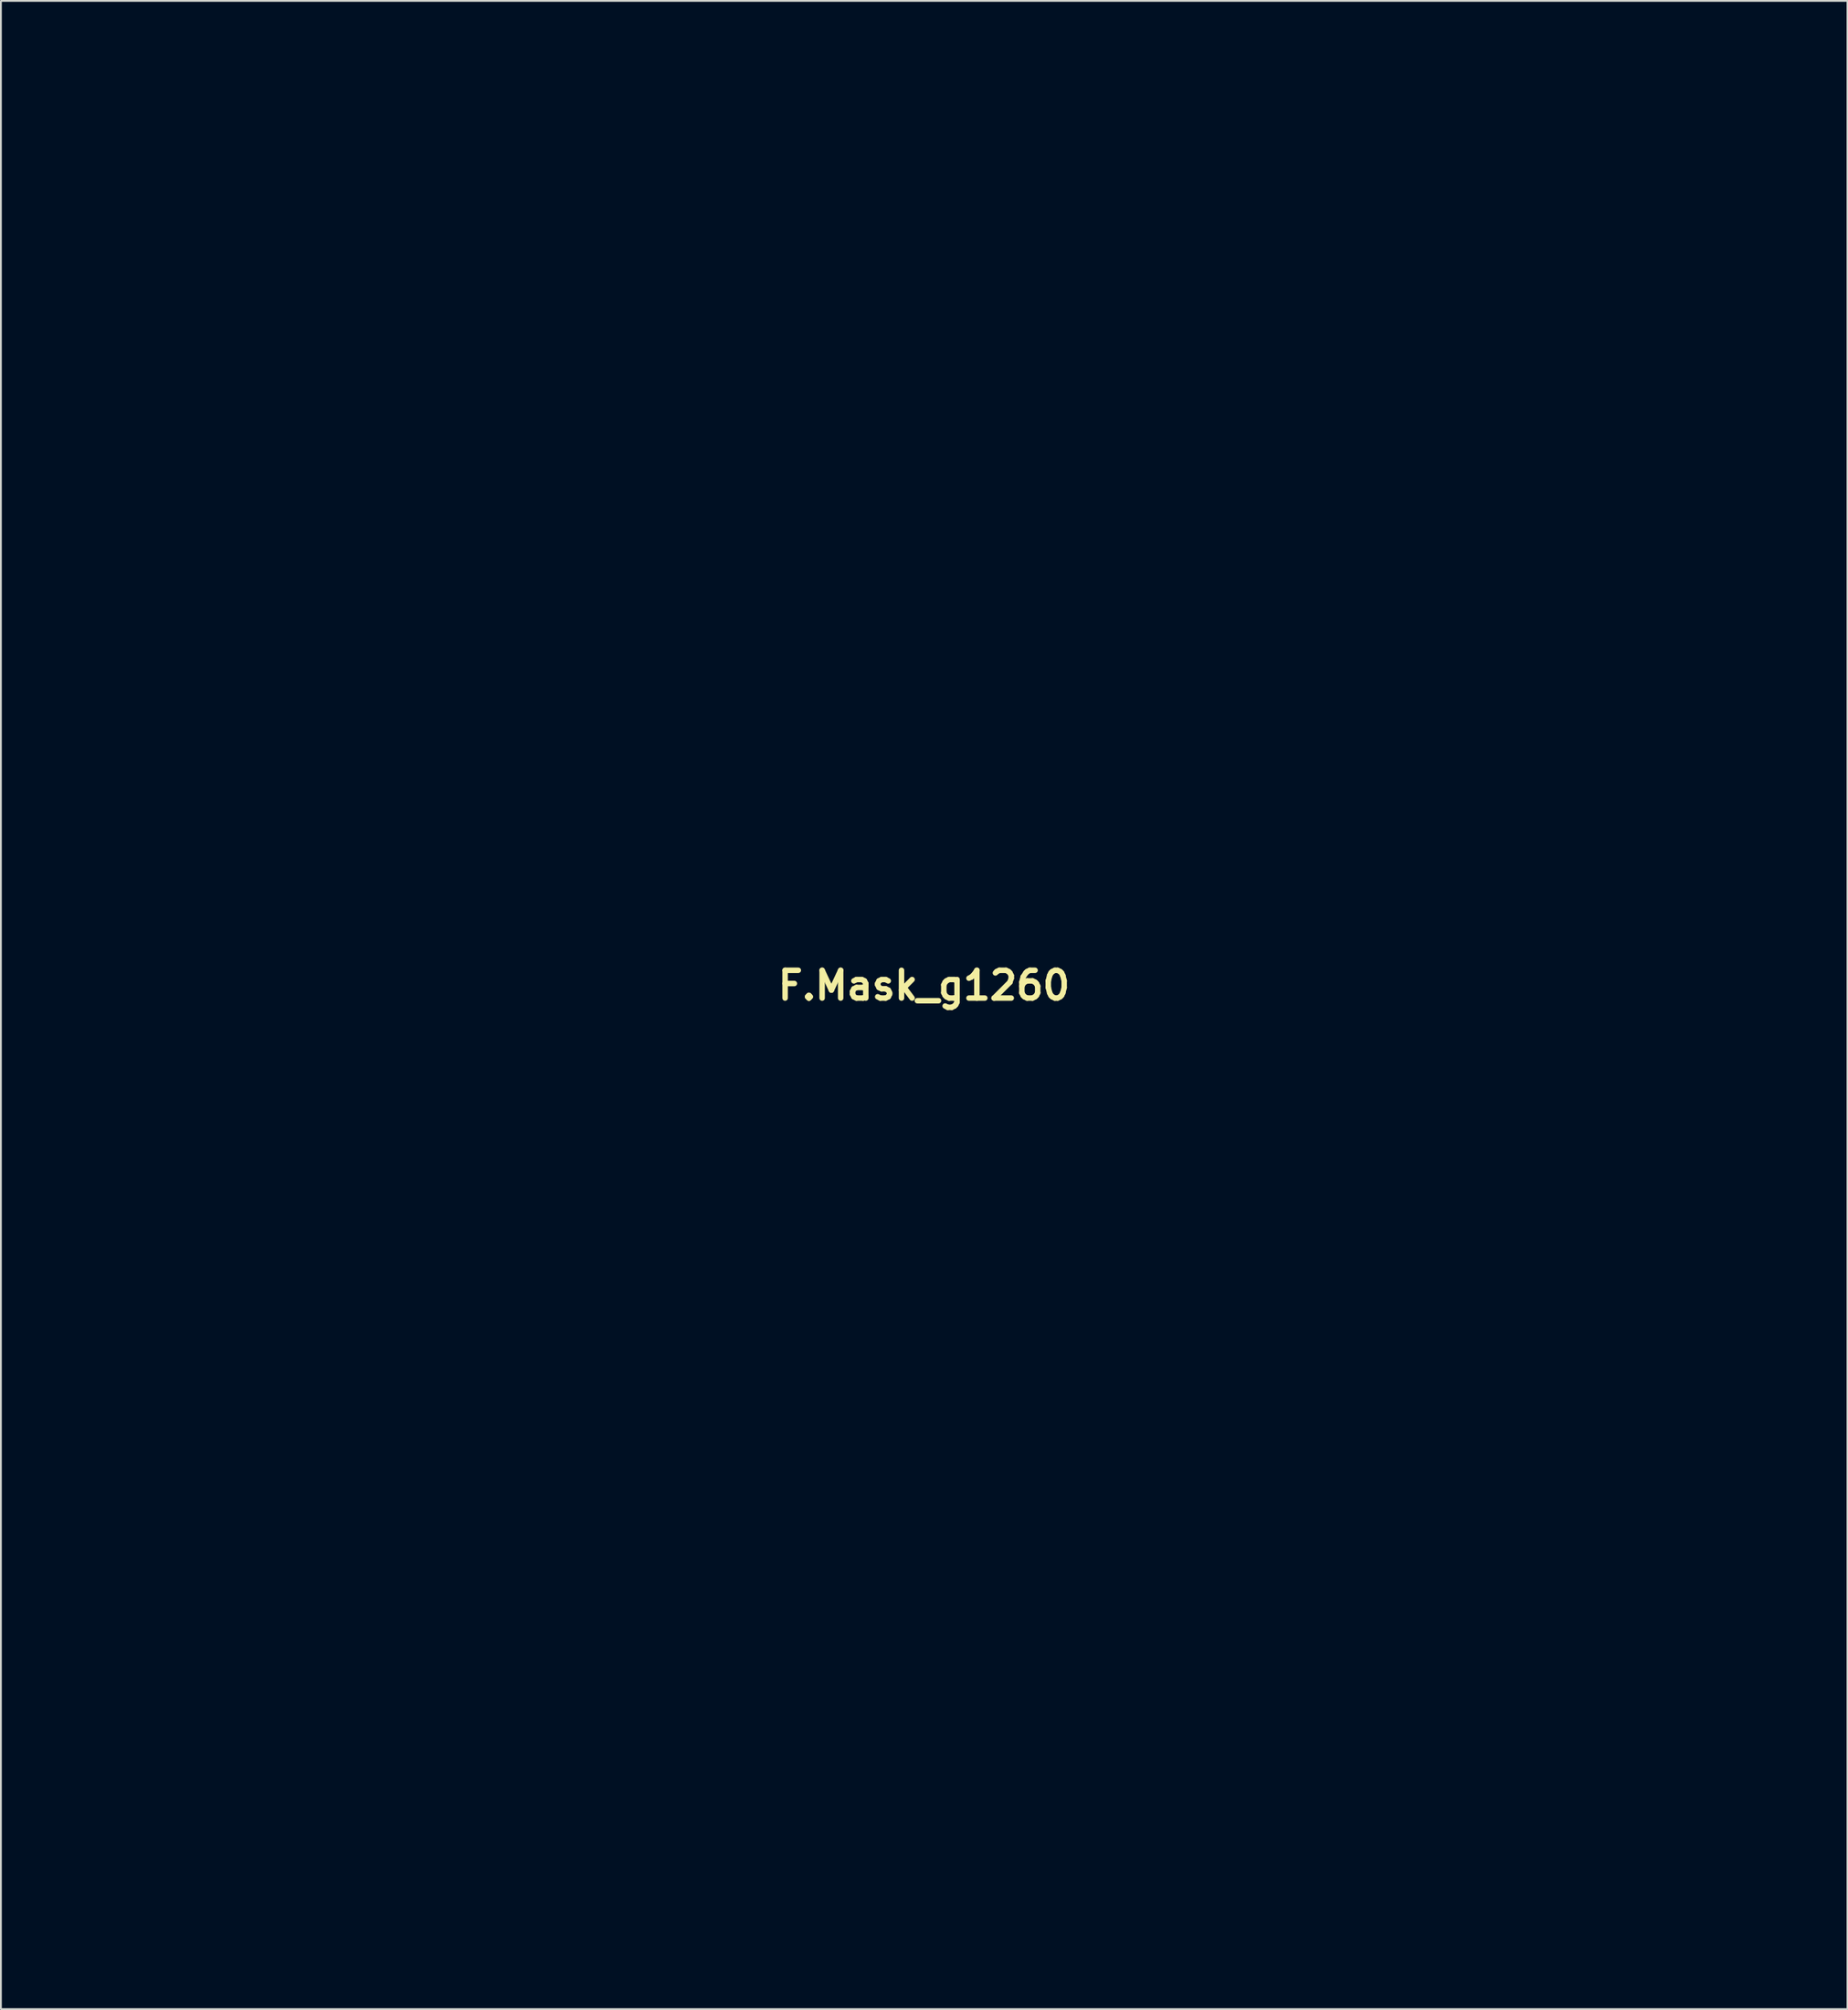
<source format=kicad_pcb>
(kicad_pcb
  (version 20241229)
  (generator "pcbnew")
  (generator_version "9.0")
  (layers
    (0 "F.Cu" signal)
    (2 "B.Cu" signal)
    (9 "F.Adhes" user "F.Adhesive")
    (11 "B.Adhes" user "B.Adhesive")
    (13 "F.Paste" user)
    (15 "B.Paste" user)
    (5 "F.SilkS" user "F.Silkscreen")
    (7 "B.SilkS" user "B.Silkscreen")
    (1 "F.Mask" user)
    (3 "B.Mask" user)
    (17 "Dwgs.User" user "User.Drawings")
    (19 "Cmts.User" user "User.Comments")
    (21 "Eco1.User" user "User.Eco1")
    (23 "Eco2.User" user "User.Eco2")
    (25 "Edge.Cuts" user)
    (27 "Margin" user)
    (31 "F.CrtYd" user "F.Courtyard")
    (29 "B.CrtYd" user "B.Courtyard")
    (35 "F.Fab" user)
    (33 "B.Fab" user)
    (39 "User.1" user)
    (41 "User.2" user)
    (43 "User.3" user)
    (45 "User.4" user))
  (footprint "F.Mask_g1260"
    (layer "F.Cu")
    (at 47.647 50.995)
    (property "Reference" "F.Mask_g1260" (at 0 0 0) (layer "F.SilkS") (effects (font (size 1.524 1.524) (thickness 0.3))))
    (attr through_hole)
    (fp_poly (pts (xy -15.634 -50.972) (xy -15.607 -50.918) (xy -15.566 -50.835) (xy -15.513 -50.725) (xy -15.451 -50.593) (xy -15.38 -50.442) (xy -15.304 -50.277) (xy -15.272 -50.207) (xy -15.178 -50.003) (xy -15.099 -49.835) (xy -15.035 -49.7) (xy -14.983 -49.595) (xy -14.943 -49.518) (xy -14.912 -49.466) (xy -14.891 -49.436) (xy -14.876 -49.424) (xy -14.874 -49.424) (xy -14.845 -49.425) (xy -14.779 -49.429) (xy -14.679 -49.434) (xy -14.551 -49.441) (xy -14.398 -49.45) (xy -14.225 -49.459) (xy -14.037 -49.47) (xy -13.892 -49.478) (xy -13.693 -49.489) (xy -13.505 -49.499) (xy -13.332 -49.508) (xy -13.179 -49.515) (xy -13.052 -49.521) (xy -12.953 -49.525) (xy -12.889 -49.526) (xy -12.867 -49.526) (xy -12.787 -49.519) (xy -13.328 -48.8) (xy -13.443 -48.646) (xy -13.55 -48.503) (xy -13.647 -48.373) (xy -13.73 -48.26) (xy -13.798 -48.168) (xy -13.847 -48.101) (xy -13.874 -48.062) (xy -13.879 -48.053) (xy -13.872 -48.031) (xy -13.847 -47.973) (xy -13.806 -47.883) (xy -13.751 -47.764) (xy -13.683 -47.62) (xy -13.603 -47.452) (xy -13.512 -47.264) (xy -13.413 -47.059) (xy -13.306 -46.839) (xy -13.194 -46.609) (xy -13.177 -46.576) (xy -13.064 -46.344) (xy -12.956 -46.124) (xy -12.855 -45.917) (xy -12.763 -45.727) (xy -12.681 -45.557) (xy -12.611 -45.41) (xy -12.553 -45.288) (xy -12.51 -45.195) (xy -12.482 -45.134) (xy -12.471 -45.107) (xy -12.471 -45.106) (xy -12.489 -45.114) (xy -12.54 -45.144) (xy -12.621 -45.194) (xy -12.729 -45.262) (xy -12.862 -45.346) (xy -13.016 -45.445) (xy -13.189 -45.556) (xy -13.379 -45.679) (xy -13.582 -45.811) (xy -13.796 -45.951) (xy -13.832 -45.974) (xy -14.049 -46.116) (xy -14.255 -46.25) (xy -14.449 -46.376) (xy -14.627 -46.491) (xy -14.787 -46.594) (xy -14.925 -46.683) (xy -15.04 -46.756) (xy -15.128 -46.811) (xy -15.187 -46.847) (xy -15.214 -46.862) (xy -15.215 -46.862) (xy -15.237 -46.851) (xy -15.291 -46.817) (xy -15.374 -46.764) (xy -15.483 -46.694) (xy -15.616 -46.607) (xy -15.768 -46.506) (xy -15.938 -46.393) (xy -16.122 -46.27) (xy -16.318 -46.139) (xy -16.408 -46.079) (xy -16.607 -45.945) (xy -16.796 -45.819) (xy -16.971 -45.701) (xy -17.131 -45.596) (xy -17.271 -45.503) (xy -17.39 -45.425) (xy -17.483 -45.365) (xy -17.549 -45.323) (xy -17.584 -45.303) (xy -17.589 -45.301) (xy -17.586 -45.321) (xy -17.569 -45.376) (xy -17.539 -45.46) (xy -17.499 -45.568) (xy -17.451 -45.695) (xy -17.396 -45.836) (xy -17.388 -45.858) (xy -17.325 -46.015) (xy -17.251 -46.201) (xy -17.169 -46.408) (xy -17.084 -46.625) (xy -16.998 -46.842) (xy -16.916 -47.049) (xy -16.875 -47.151) (xy -16.58 -47.895) (xy -17.597 -48.623) (xy -18.614 -49.35) (xy -18.509 -49.357) (xy -18.468 -49.358) (xy -18.39 -49.357) (xy -18.28 -49.355) (xy -18.143 -49.352) (xy -17.985 -49.347) (xy -17.811 -49.342) (xy -17.626 -49.337) (xy -17.435 -49.331) (xy -17.243 -49.324) (xy -17.057 -49.318) (xy -16.88 -49.311) (xy -16.718 -49.305) (xy -16.576 -49.299) (xy -16.461 -49.294) (xy -16.376 -49.29) (xy -16.336 -49.287) (xy -16.215 -49.277) (xy -16.023 -49.874) (xy -15.944 -50.118) (xy -15.878 -50.324) (xy -15.822 -50.495) (xy -15.776 -50.635) (xy -15.739 -50.747) (xy -15.71 -50.834) (xy -15.687 -50.898) (xy -15.671 -50.943) (xy -15.659 -50.971) (xy -15.651 -50.986) (xy -15.646 -50.99) (xy -15.646 -50.99) (xy -15.634 -50.972)) (stroke (width 0.01) (type solid)) (fill yes) (layer "F.Mask"))
    (fp_poly (pts (xy 28.607 -49.357) (xy 28.614 -49.335) (xy 28.629 -49.276) (xy 28.653 -49.185) (xy 28.683 -49.065) (xy 28.718 -48.922) (xy 28.758 -48.76) (xy 28.801 -48.582) (xy 28.82 -48.502) (xy 28.865 -48.319) (xy 28.907 -48.148) (xy 28.946 -47.994) (xy 28.981 -47.862) (xy 29.01 -47.756) (xy 29.031 -47.68) (xy 29.045 -47.639) (xy 29.048 -47.633) (xy 29.076 -47.627) (xy 29.146 -47.619) (xy 29.258 -47.612) (xy 29.412 -47.603) (xy 29.609 -47.594) (xy 29.848 -47.585) (xy 30.129 -47.575) (xy 30.226 -47.572) (xy 30.444 -47.565) (xy 30.649 -47.557) (xy 30.838 -47.55) (xy 31.006 -47.543) (xy 31.151 -47.536) (xy 31.267 -47.531) (xy 31.35 -47.526) (xy 31.398 -47.522) (xy 31.408 -47.52) (xy 31.396 -47.506) (xy 31.349 -47.471) (xy 31.269 -47.417) (xy 31.157 -47.345) (xy 31.015 -47.255) (xy 30.844 -47.148) (xy 30.645 -47.025) (xy 30.42 -46.888) (xy 30.377 -46.861) (xy 30.184 -46.744) (xy 30.003 -46.633) (xy 29.837 -46.529) (xy 29.688 -46.436) (xy 29.559 -46.354) (xy 29.455 -46.287) (xy 29.378 -46.236) (xy 29.331 -46.202) (xy 29.317 -46.19) (xy 29.323 -46.165) (xy 29.34 -46.104) (xy 29.369 -46.009) (xy 29.407 -45.884) (xy 29.453 -45.732) (xy 29.507 -45.557) (xy 29.567 -45.363) (xy 29.633 -45.152) (xy 29.703 -44.929) (xy 29.728 -44.847) (xy 29.799 -44.62) (xy 29.866 -44.406) (xy 29.928 -44.207) (xy 29.984 -44.027) (xy 30.032 -43.87) (xy 30.072 -43.737) (xy 30.103 -43.634) (xy 30.124 -43.564) (xy 30.134 -43.529) (xy 30.134 -43.526) (xy 30.117 -43.537) (xy 30.069 -43.573) (xy 29.993 -43.631) (xy 29.893 -43.708) (xy 29.77 -43.803) (xy 29.627 -43.914) (xy 29.467 -44.039) (xy 29.293 -44.175) (xy 29.108 -44.32) (xy 29 -44.405) (xy 27.872 -45.291) (xy 27.425 -45.044) (xy 27.072 -44.849) (xy 26.755 -44.674) (xy 26.472 -44.517) (xy 26.22 -44.378) (xy 25.997 -44.255) (xy 25.803 -44.148) (xy 25.634 -44.055) (xy 25.49 -43.976) (xy 25.368 -43.909) (xy 25.267 -43.854) (xy 25.185 -43.81) (xy 25.119 -43.775) (xy 25.068 -43.749) (xy 25.031 -43.73) (xy 25.005 -43.718) (xy 24.989 -43.711) (xy 24.98 -43.71) (xy 24.977 -43.711) (xy 24.978 -43.716) (xy 24.982 -43.721) (xy 25.011 -43.77) (xy 25.058 -43.849) (xy 25.12 -43.954) (xy 25.195 -44.083) (xy 25.282 -44.232) (xy 25.379 -44.397) (xy 25.483 -44.575) (xy 25.593 -44.763) (xy 25.707 -44.958) (xy 25.822 -45.155) (xy 25.936 -45.352) (xy 26.049 -45.545) (xy 26.157 -45.731) (xy 26.258 -45.906) (xy 26.352 -46.067) (xy 26.435 -46.21) (xy 26.505 -46.333) (xy 26.562 -46.431) (xy 26.602 -46.501) (xy 26.624 -46.541) (xy 26.628 -46.548) (xy 26.617 -46.568) (xy 26.585 -46.621) (xy 26.535 -46.702) (xy 26.469 -46.807) (xy 26.39 -46.933) (xy 26.299 -47.076) (xy 26.2 -47.233) (xy 26.13 -47.341) (xy 26.026 -47.504) (xy 25.93 -47.655) (xy 25.843 -47.792) (xy 25.769 -47.909) (xy 25.709 -48.005) (xy 25.666 -48.074) (xy 25.642 -48.114) (xy 25.638 -48.123) (xy 25.659 -48.121) (xy 25.719 -48.114) (xy 25.812 -48.103) (xy 25.935 -48.087) (xy 26.084 -48.068) (xy 26.255 -48.046) (xy 26.444 -48.022) (xy 26.646 -47.996) (xy 26.678 -47.991) (xy 26.883 -47.965) (xy 27.076 -47.94) (xy 27.252 -47.918) (xy 27.407 -47.9) (xy 27.537 -47.884) (xy 27.638 -47.873) (xy 27.707 -47.867) (xy 27.737 -47.865) (xy 27.739 -47.865) (xy 27.754 -47.885) (xy 27.787 -47.939) (xy 27.837 -48.021) (xy 27.899 -48.128) (xy 27.972 -48.257) (xy 28.055 -48.402) (xy 28.143 -48.561) (xy 28.172 -48.613) (xy 28.261 -48.774) (xy 28.344 -48.924) (xy 28.419 -49.058) (xy 28.482 -49.172) (xy 28.533 -49.263) (xy 28.568 -49.326) (xy 28.586 -49.356) (xy 28.588 -49.359) (xy 28.607 -49.357)) (stroke (width 0.01) (type solid)) (fill yes) (layer "F.Mask"))
    (fp_poly (pts (xy 5.314 21.993) (xy 5.372 22.024) (xy 5.468 22.087) (xy 5.581 22.179) (xy 5.705 22.296) (xy 5.836 22.432) (xy 5.967 22.581) (xy 6.018 22.643) (xy 6.081 22.723) (xy 6.153 22.819) (xy 6.23 22.925) (xy 6.309 23.036) (xy 6.387 23.147) (xy 6.459 23.252) (xy 6.522 23.346) (xy 6.572 23.424) (xy 6.605 23.48) (xy 6.617 23.508) (xy 6.617 23.51) (xy 6.594 23.51) (xy 6.54 23.502) (xy 6.464 23.489) (xy 6.432 23.483) (xy 6.192 23.455) (xy 5.94 23.465) (xy 5.682 23.513) (xy 5.419 23.596) (xy 5.157 23.714) (xy 4.9 23.866) (xy 4.651 24.049) (xy 4.639 24.059) (xy 4.561 24.127) (xy 4.477 24.207) (xy 4.395 24.291) (xy 4.321 24.372) (xy 4.262 24.442) (xy 4.224 24.495) (xy 4.216 24.513) (xy 4.234 24.518) (xy 4.293 24.522) (xy 4.389 24.524) (xy 4.522 24.524) (xy 4.689 24.522) (xy 4.84 24.519) (xy 5.058 24.515) (xy 5.238 24.513) (xy 5.385 24.514) (xy 5.502 24.518) (xy 5.594 24.524) (xy 5.65 24.531) (xy 5.784 24.556) (xy 5.904 24.588) (xy 6.001 24.624) (xy 6.067 24.663) (xy 6.08 24.675) (xy 6.098 24.716) (xy 6.115 24.792) (xy 6.13 24.893) (xy 6.142 25.013) (xy 6.151 25.143) (xy 6.155 25.275) (xy 6.154 25.402) (xy 6.151 25.469) (xy 6.121 25.755) (xy 6.065 26.008) (xy 5.983 26.23) (xy 5.874 26.422) (xy 5.737 26.586) (xy 5.571 26.724) (xy 5.396 26.827) (xy 5.227 26.904) (xy 5.05 26.966) (xy 4.858 27.016) (xy 4.644 27.056) (xy 4.4 27.087) (xy 4.245 27.101) (xy 3.949 27.125) (xy 4.054 27.228) (xy 4.194 27.349) (xy 4.358 27.47) (xy 4.53 27.577) (xy 4.614 27.622) (xy 4.894 27.741) (xy 5.175 27.818) (xy 5.456 27.854) (xy 5.736 27.848) (xy 6.012 27.801) (xy 6.285 27.712) (xy 6.435 27.644) (xy 6.672 27.501) (xy 6.89 27.323) (xy 7.086 27.114) (xy 7.257 26.877) (xy 7.4 26.616) (xy 7.514 26.334) (xy 7.595 26.035) (xy 7.609 25.961) (xy 7.627 25.864) (xy 7.643 25.773) (xy 7.656 25.702) (xy 7.659 25.686) (xy 7.674 25.601) (xy 7.744 25.781) (xy 7.83 26.011) (xy 7.913 26.25) (xy 7.992 26.491) (xy 8.063 26.726) (xy 8.125 26.948) (xy 8.176 27.152) (xy 8.214 27.328) (xy 8.232 27.439) (xy 8.247 27.551) (xy 8.255 27.629) (xy 8.251 27.682) (xy 8.233 27.718) (xy 8.199 27.745) (xy 8.146 27.772) (xy 8.11 27.787) (xy 7.928 27.859) (xy 7.708 27.928) (xy 7.453 27.995) (xy 7.168 28.058) (xy 6.857 28.117) (xy 6.523 28.17) (xy 6.171 28.218) (xy 5.884 28.25) (xy 5.773 28.259) (xy 5.628 28.267) (xy 5.457 28.274) (xy 5.268 28.28) (xy 5.066 28.285) (xy 4.859 28.289) (xy 4.654 28.291) (xy 4.458 28.291) (xy 4.279 28.29) (xy 4.122 28.287) (xy 3.996 28.283) (xy 3.926 28.278) (xy 3.663 28.25) (xy 3.412 28.213) (xy 3.177 28.17) (xy 2.961 28.121) (xy 2.768 28.066) (xy 2.603 28.008) (xy 2.467 27.947) (xy 2.365 27.884) (xy 2.301 27.82) (xy 2.287 27.796) (xy 2.275 27.745) (xy 2.267 27.662) (xy 2.264 27.559) (xy 2.265 27.446) (xy 2.272 27.334) (xy 2.283 27.233) (xy 2.285 27.22) (xy 2.342 26.933) (xy 2.426 26.618) (xy 2.535 26.281) (xy 2.667 25.926) (xy 2.82 25.557) (xy 2.993 25.179) (xy 3.184 24.797) (xy 3.348 24.492) (xy 3.521 24.189) (xy 3.699 23.892) (xy 3.882 23.604) (xy 4.066 23.329) (xy 4.249 23.068) (xy 4.429 22.827) (xy 4.603 22.607) (xy 4.77 22.413) (xy 4.926 22.247) (xy 5.069 22.113) (xy 5.198 22.013) (xy 5.211 22.004) (xy 5.246 21.984) (xy 5.276 21.98) (xy 5.314 21.993)) (stroke (width 0.01) (type solid)) (fill yes) (layer "F.Mask"))
    (fp_poly (pts (xy -42.264 -24.487) (xy -42.245 -24.431) (xy -42.215 -24.341) (xy -42.177 -24.219) (xy -42.131 -24.07) (xy -42.078 -23.897) (xy -42.019 -23.702) (xy -41.956 -23.489) (xy -41.888 -23.262) (xy -41.836 -23.088) (xy -41.766 -22.851) (xy -41.7 -22.626) (xy -41.637 -22.416) (xy -41.58 -22.224) (xy -41.528 -22.054) (xy -41.484 -21.91) (xy -41.449 -21.793) (xy -41.422 -21.708) (xy -41.406 -21.658) (xy -41.401 -21.646) (xy -41.378 -21.64) (xy -41.317 -21.627) (xy -41.219 -21.607) (xy -41.086 -21.582) (xy -40.923 -21.55) (xy -40.73 -21.513) (xy -40.51 -21.472) (xy -40.267 -21.426) (xy -40.002 -21.377) (xy -39.719 -21.324) (xy -39.418 -21.269) (xy -39.104 -21.211) (xy -38.798 -21.155) (xy -38.474 -21.096) (xy -38.16 -21.038) (xy -37.861 -20.983) (xy -37.579 -20.931) (xy -37.315 -20.882) (xy -37.074 -20.838) (xy -36.856 -20.797) (xy -36.666 -20.761) (xy -36.504 -20.731) (xy -36.374 -20.706) (xy -36.279 -20.688) (xy -36.22 -20.676) (xy -36.2 -20.671) (xy -36.197 -20.67) (xy -36.192 -20.669) (xy -36.188 -20.669) (xy -36.186 -20.668) (xy -36.189 -20.665) (xy -36.198 -20.66) (xy -36.216 -20.653) (xy -36.244 -20.641) (xy -36.284 -20.625) (xy -36.339 -20.604) (xy -36.411 -20.577) (xy -36.501 -20.543) (xy -36.611 -20.501) (xy -36.744 -20.452) (xy -36.901 -20.393) (xy -37.084 -20.325) (xy -37.296 -20.246) (xy -37.538 -20.155) (xy -37.812 -20.053) (xy -38.121 -19.938) (xy -38.466 -19.809) (xy -38.724 -19.713) (xy -39.031 -19.599) (xy -39.326 -19.488) (xy -39.608 -19.383) (xy -39.874 -19.283) (xy -40.122 -19.19) (xy -40.35 -19.104) (xy -40.554 -19.027) (xy -40.732 -18.96) (xy -40.883 -18.902) (xy -41.003 -18.856) (xy -41.09 -18.822) (xy -41.142 -18.802) (xy -41.157 -18.795) (xy -41.16 -18.772) (xy -41.166 -18.709) (xy -41.173 -18.609) (xy -41.181 -18.476) (xy -41.191 -18.311) (xy -41.202 -18.117) (xy -41.213 -17.898) (xy -41.226 -17.656) (xy -41.24 -17.393) (xy -41.254 -17.113) (xy -41.268 -16.818) (xy -41.283 -16.51) (xy -41.284 -16.481) (xy -41.299 -16.173) (xy -41.313 -15.876) (xy -41.326 -15.595) (xy -41.339 -15.331) (xy -41.352 -15.087) (xy -41.363 -14.866) (xy -41.373 -14.671) (xy -41.382 -14.504) (xy -41.39 -14.368) (xy -41.396 -14.265) (xy -41.401 -14.2) (xy -41.403 -14.173) (xy -41.404 -14.173) (xy -41.416 -14.189) (xy -41.449 -14.239) (xy -41.502 -14.32) (xy -41.572 -14.43) (xy -41.658 -14.567) (xy -41.76 -14.728) (xy -41.875 -14.912) (xy -42.001 -15.115) (xy -42.138 -15.335) (xy -42.284 -15.571) (xy -42.438 -15.819) (xy -42.587 -16.06) (xy -42.747 -16.319) (xy -42.9 -16.568) (xy -43.047 -16.805) (xy -43.184 -17.027) (xy -43.311 -17.232) (xy -43.426 -17.417) (xy -43.527 -17.58) (xy -43.614 -17.719) (xy -43.684 -17.831) (xy -43.736 -17.914) (xy -43.769 -17.966) (xy -43.781 -17.983) (xy -43.797 -17.984) (xy -43.838 -17.976) (xy -43.905 -17.958) (xy -43.999 -17.932) (xy -44.122 -17.895) (xy -44.275 -17.848) (xy -44.461 -17.79) (xy -44.679 -17.72) (xy -44.933 -17.639) (xy -45.224 -17.546) (xy -45.552 -17.439) (xy -45.718 -17.385) (xy -45.992 -17.296) (xy -46.255 -17.212) (xy -46.503 -17.132) (xy -46.734 -17.057) (xy -46.945 -16.99) (xy -47.134 -16.93) (xy -47.297 -16.878) (xy -47.432 -16.836) (xy -47.536 -16.804) (xy -47.606 -16.783) (xy -47.639 -16.774) (xy -47.642 -16.774) (xy -47.64 -16.797) (xy -47.631 -16.811) (xy -47.615 -16.831) (xy -47.574 -16.882) (xy -47.511 -16.961) (xy -47.428 -17.067) (xy -47.325 -17.195) (xy -47.206 -17.345) (xy -47.072 -17.513) (xy -46.925 -17.697) (xy -46.766 -17.896) (xy -46.599 -18.106) (xy -46.436 -18.31) (xy -46.262 -18.528) (xy -46.096 -18.737) (xy -45.939 -18.934) (xy -45.793 -19.118) (xy -45.66 -19.284) (xy -45.543 -19.432) (xy -45.442 -19.558) (xy -45.361 -19.661) (xy -45.3 -19.738) (xy -45.262 -19.786) (xy -45.249 -19.804) (xy -45.259 -19.824) (xy -45.291 -19.876) (xy -45.344 -19.957) (xy -45.416 -20.063) (xy -45.505 -20.193) (xy -45.609 -20.342) (xy -45.726 -20.509) (xy -45.854 -20.691) (xy -45.991 -20.884) (xy -46.08 -21.009) (xy -46.221 -21.208) (xy -46.354 -21.396) (xy -46.477 -21.571) (xy -46.588 -21.73) (xy -46.685 -21.871) (xy -46.766 -21.99) (xy -46.83 -22.085) (xy -46.874 -22.153) (xy -46.896 -22.191) (xy -46.899 -22.199) (xy -46.874 -22.195) (xy -46.812 -22.184) (xy -46.715 -22.166) (xy -46.587 -22.14) (xy -46.432 -22.109) (xy -46.253 -22.073) (xy -46.054 -22.032) (xy -45.838 -21.988) (xy -45.608 -21.94) (xy -45.519 -21.921) (xy -44.164 -21.638) (xy -44.109 -21.725) (xy -44.059 -21.803) (xy -43.991 -21.907) (xy -43.909 -22.033) (xy -43.814 -22.179) (xy -43.708 -22.341) (xy -43.593 -22.516) (xy -43.472 -22.7) (xy -43.346 -22.891) (xy -43.218 -23.085) (xy -43.09 -23.279) (xy -42.964 -23.47) (xy -42.842 -23.654) (xy -42.727 -23.829) (xy -42.619 -23.99) (xy -42.523 -24.135) (xy -42.439 -24.261) (xy -42.37 -24.365) (xy -42.318 -24.442) (xy -42.284 -24.49) (xy -42.273 -24.506) (xy -42.264 -24.487)) (stroke (width 0.01) (type solid)) (fill yes) (layer "F.Mask"))
    (fp_poly (pts (xy 41.6 42.773) (xy 41.601 42.777) (xy 41.602 42.781) (xy 41.603 42.781) (xy 41.61 42.803) (xy 41.629 42.861) (xy 41.658 42.954) (xy 41.695 43.078) (xy 41.741 43.229) (xy 41.793 43.405) (xy 41.852 43.601) (xy 41.916 43.815) (xy 41.984 44.043) (xy 42.035 44.215) (xy 42.105 44.451) (xy 42.172 44.676) (xy 42.234 44.886) (xy 42.291 45.077) (xy 42.342 45.246) (xy 42.386 45.39) (xy 42.421 45.505) (xy 42.447 45.589) (xy 42.463 45.638) (xy 42.468 45.65) (xy 42.49 45.655) (xy 42.551 45.667) (xy 42.648 45.686) (xy 42.78 45.712) (xy 42.943 45.742) (xy 43.136 45.779) (xy 43.355 45.819) (xy 43.598 45.865) (xy 43.862 45.914) (xy 44.146 45.966) (xy 44.446 46.021) (xy 44.76 46.079) (xy 45.066 46.135) (xy 45.391 46.195) (xy 45.704 46.252) (xy 46.003 46.307) (xy 46.286 46.359) (xy 46.549 46.408) (xy 46.79 46.453) (xy 47.008 46.494) (xy 47.199 46.529) (xy 47.36 46.56) (xy 47.49 46.584) (xy 47.585 46.603) (xy 47.644 46.615) (xy 47.664 46.619) (xy 47.666 46.637) (xy 47.666 46.637) (xy 47.645 46.645) (xy 47.587 46.667) (xy 47.494 46.702) (xy 47.369 46.749) (xy 47.214 46.807) (xy 47.031 46.875) (xy 46.822 46.953) (xy 46.591 47.039) (xy 46.339 47.133) (xy 46.069 47.234) (xy 45.784 47.34) (xy 45.484 47.451) (xy 45.191 47.561) (xy 44.881 47.676) (xy 44.582 47.787) (xy 44.297 47.894) (xy 44.027 47.994) (xy 43.776 48.088) (xy 43.545 48.175) (xy 43.337 48.253) (xy 43.155 48.321) (xy 43 48.38) (xy 42.876 48.427) (xy 42.784 48.462) (xy 42.727 48.484) (xy 42.708 48.493) (xy 42.705 48.515) (xy 42.701 48.576) (xy 42.695 48.672) (xy 42.687 48.801) (xy 42.678 48.959) (xy 42.668 49.143) (xy 42.657 49.348) (xy 42.645 49.573) (xy 42.633 49.813) (xy 42.62 50.065) (xy 42.606 50.327) (xy 42.593 50.593) (xy 42.58 50.862) (xy 42.566 51.13) (xy 42.554 51.393) (xy 42.541 51.648) (xy 42.53 51.892) (xy 42.519 52.122) (xy 42.509 52.334) (xy 42.501 52.524) (xy 42.494 52.69) (xy 42.488 52.828) (xy 42.484 52.934) (xy 42.482 53.007) (xy 42.482 53.028) (xy 42.479 53.086) (xy 42.471 53.123) (xy 42.466 53.128) (xy 42.453 53.111) (xy 42.419 53.059) (xy 42.366 52.976) (xy 42.295 52.865) (xy 42.208 52.726) (xy 42.106 52.564) (xy 41.99 52.379) (xy 41.863 52.174) (xy 41.725 51.953) (xy 41.578 51.716) (xy 41.424 51.466) (xy 41.267 51.213) (xy 41.106 50.953) (xy 40.952 50.704) (xy 40.804 50.467) (xy 40.666 50.246) (xy 40.538 50.042) (xy 40.422 49.858) (xy 40.319 49.695) (xy 40.23 49.557) (xy 40.159 49.446) (xy 40.104 49.364) (xy 40.07 49.314) (xy 40.055 49.297) (xy 40.032 49.304) (xy 39.97 49.322) (xy 39.875 49.352) (xy 39.747 49.392) (xy 39.59 49.442) (xy 39.408 49.5) (xy 39.202 49.566) (xy 38.976 49.639) (xy 38.732 49.718) (xy 38.473 49.801) (xy 38.202 49.889) (xy 38.13 49.913) (xy 37.857 50.001) (xy 37.596 50.085) (xy 37.349 50.165) (xy 37.119 50.238) (xy 36.909 50.305) (xy 36.722 50.365) (xy 36.56 50.415) (xy 36.427 50.457) (xy 36.325 50.488) (xy 36.256 50.509) (xy 36.224 50.517) (xy 36.222 50.517) (xy 36.234 50.499) (xy 36.27 50.451) (xy 36.328 50.374) (xy 36.408 50.271) (xy 36.507 50.144) (xy 36.623 49.996) (xy 36.755 49.829) (xy 36.9 49.645) (xy 37.057 49.447) (xy 37.224 49.237) (xy 37.4 49.017) (xy 37.422 48.989) (xy 38.632 47.473) (xy 38.58 47.395) (xy 38.559 47.365) (xy 38.515 47.303) (xy 38.451 47.213) (xy 38.37 47.098) (xy 38.272 46.961) (xy 38.161 46.806) (xy 38.039 46.635) (xy 37.908 46.451) (xy 37.771 46.258) (xy 37.734 46.207) (xy 37.597 46.015) (xy 37.469 45.833) (xy 37.35 45.665) (xy 37.244 45.512) (xy 37.152 45.379) (xy 37.076 45.267) (xy 37.018 45.181) (xy 36.98 45.121) (xy 36.964 45.093) (xy 36.965 45.09) (xy 36.989 45.094) (xy 37.051 45.105) (xy 37.148 45.124) (xy 37.276 45.149) (xy 37.431 45.18) (xy 37.609 45.217) (xy 37.809 45.257) (xy 38.025 45.302) (xy 38.254 45.35) (xy 38.343 45.368) (xy 38.576 45.417) (xy 38.797 45.463) (xy 39.001 45.505) (xy 39.186 45.544) (xy 39.348 45.577) (xy 39.483 45.605) (xy 39.589 45.627) (xy 39.662 45.641) (xy 39.698 45.648) (xy 39.701 45.649) (xy 39.713 45.631) (xy 39.746 45.58) (xy 39.8 45.5) (xy 39.871 45.392) (xy 39.958 45.259) (xy 40.06 45.104) (xy 40.174 44.929) (xy 40.3 44.738) (xy 40.435 44.532) (xy 40.577 44.315) (xy 40.641 44.217) (xy 40.812 43.956) (xy 40.961 43.728) (xy 41.091 43.531) (xy 41.201 43.362) (xy 41.294 43.221) (xy 41.371 43.103) (xy 41.434 43.008) (xy 41.484 42.932) (xy 41.523 42.874) (xy 41.552 42.832) (xy 41.573 42.802) (xy 41.586 42.784) (xy 41.594 42.775) (xy 41.599 42.772) (xy 41.6 42.773)) (stroke (width 0.01) (type solid)) (fill yes) (layer "F.Mask"))
    (fp_poly (pts (xy 8.208 34.802) (xy 8.21 34.803) (xy 8.301 34.809) (xy 8.359 34.818) (xy 8.397 34.832) (xy 8.423 34.855) (xy 8.427 34.86) (xy 8.458 34.906) (xy 8.483 34.967) (xy 8.505 35.046) (xy 8.523 35.146) (xy 8.538 35.273) (xy 8.55 35.429) (xy 8.561 35.618) (xy 8.57 35.844) (xy 8.572 35.93) (xy 8.578 36.116) (xy 8.584 36.265) (xy 8.59 36.385) (xy 8.597 36.483) (xy 8.606 36.564) (xy 8.616 36.635) (xy 8.629 36.703) (xy 8.644 36.767) (xy 8.706 36.993) (xy 8.78 37.188) (xy 8.87 37.36) (xy 8.981 37.518) (xy 9.119 37.673) (xy 9.144 37.698) (xy 9.277 37.821) (xy 9.415 37.927) (xy 9.562 38.02) (xy 9.724 38.101) (xy 9.905 38.171) (xy 10.109 38.232) (xy 10.341 38.287) (xy 10.606 38.336) (xy 10.909 38.382) (xy 10.933 38.386) (xy 11.079 38.405) (xy 11.231 38.423) (xy 11.376 38.438) (xy 11.5 38.449) (xy 11.573 38.454) (xy 11.668 38.46) (xy 11.744 38.468) (xy 11.795 38.477) (xy 11.811 38.485) (xy 11.808 38.51) (xy 11.799 38.571) (xy 11.786 38.663) (xy 11.768 38.78) (xy 11.747 38.915) (xy 11.725 39.059) (xy 11.707 39.178) (xy 11.684 39.334) (xy 11.656 39.521) (xy 11.624 39.733) (xy 11.589 39.967) (xy 11.553 40.215) (xy 11.514 40.474) (xy 11.476 40.737) (xy 11.437 40.999) (xy 11.429 41.059) (xy 11.357 41.548) (xy 11.289 41.999) (xy 11.226 42.413) (xy 11.166 42.793) (xy 11.109 43.144) (xy 11.055 43.466) (xy 11.003 43.764) (xy 10.952 44.04) (xy 10.902 44.298) (xy 10.853 44.539) (xy 10.804 44.767) (xy 10.754 44.984) (xy 10.703 45.195) (xy 10.691 45.244) (xy 10.552 45.748) (xy 10.398 46.213) (xy 10.228 46.641) (xy 10.041 47.033) (xy 9.835 47.389) (xy 9.61 47.712) (xy 9.363 48.002) (xy 9.094 48.261) (xy 8.802 48.49) (xy 8.485 48.69) (xy 8.141 48.863) (xy 7.771 49.009) (xy 7.372 49.131) (xy 6.943 49.229) (xy 6.746 49.264) (xy 6.495 49.302) (xy 6.21 49.338) (xy 5.901 49.37) (xy 5.576 49.397) (xy 5.482 49.404) (xy 5.375 49.41) (xy 5.231 49.415) (xy 5.056 49.42) (xy 4.857 49.424) (xy 4.64 49.428) (xy 4.41 49.431) (xy 4.173 49.433) (xy 3.935 49.435) (xy 3.703 49.435) (xy 3.482 49.435) (xy 3.278 49.434) (xy 3.096 49.432) (xy 2.944 49.429) (xy 2.827 49.424) (xy 2.815 49.424) (xy 1.936 49.363) (xy 1.08 49.271) (xy 0.25 49.149) (xy -0.554 48.998) (xy -1.33 48.816) (xy -2.077 48.605) (xy -2.307 48.532) (xy -2.587 48.435) (xy -2.832 48.336) (xy -3.051 48.23) (xy -3.251 48.112) (xy -3.44 47.978) (xy -3.625 47.823) (xy -3.812 47.646) (xy -4.015 47.432) (xy -4.205 47.203) (xy -4.387 46.954) (xy -4.563 46.681) (xy -4.738 46.377) (xy -4.915 46.038) (xy -4.952 45.963) (xy -5.088 45.679) (xy -5.223 45.378) (xy -5.358 45.058) (xy -5.495 44.716) (xy -5.634 44.35) (xy -5.776 43.957) (xy -5.836 43.783) (xy -1.545 43.783) (xy -1.535 43.794) (xy -1.524 43.783) (xy -1.535 43.773) (xy -1.545 43.783) (xy -5.836 43.783) (xy -5.857 43.723) (xy -1.519 43.723) (xy -1.519 43.742) (xy -1.505 43.729) (xy -1.472 43.685) (xy -1.423 43.617) (xy -1.362 43.53) (xy -1.302 43.441) (xy -1.111 43.166) (xy -0.926 42.922) (xy -0.74 42.7) (xy -0.547 42.491) (xy -0.541 42.485) (xy -0.353 42.307) (xy -0.176 42.168) (xy -0.008 42.07) (xy 0.148 42.012) (xy 0.294 41.995) (xy 0.429 42.018) (xy 0.48 42.039) (xy 0.541 42.075) (xy 0.599 42.123) (xy 0.656 42.188) (xy 0.714 42.271) (xy 0.774 42.375) (xy 0.837 42.503) (xy 0.904 42.658) (xy 0.977 42.843) (xy 1.058 43.06) (xy 1.147 43.312) (xy 1.246 43.602) (xy 1.252 43.62) (xy 1.363 43.947) (xy 1.467 44.235) (xy 1.563 44.49) (xy 1.654 44.713) (xy 1.741 44.909) (xy 1.825 45.081) (xy 1.907 45.231) (xy 1.987 45.36) (xy 2.103 45.512) (xy 2.245 45.663) (xy 2.403 45.802) (xy 2.567 45.921) (xy 2.725 46.012) (xy 2.746 46.021) (xy 2.933 46.089) (xy 3.127 46.13) (xy 3.317 46.144) (xy 3.495 46.129) (xy 3.579 46.109) (xy 3.782 46.027) (xy 3.975 45.906) (xy 4.153 45.749) (xy 4.314 45.558) (xy 4.455 45.336) (xy 4.497 45.258) (xy 4.544 45.157) (xy 4.589 45.046) (xy 4.633 44.92) (xy 4.679 44.774) (xy 4.727 44.603) (xy 4.779 44.403) (xy 4.836 44.17) (xy 4.881 43.975) (xy 4.937 43.733) (xy 4.986 43.529) (xy 5.028 43.358) (xy 5.064 43.216) (xy 5.096 43.1) (xy 5.124 43.005) (xy 5.15 42.927) (xy 5.174 42.863) (xy 5.186 42.835) (xy 5.215 42.776) (xy 5.237 42.751) (xy 5.257 42.754) (xy 5.261 42.757) (xy 5.295 42.793) (xy 5.348 42.858) (xy 5.417 42.948) (xy 5.497 43.056) (xy 5.584 43.177) (xy 5.675 43.305) (xy 5.765 43.436) (xy 5.821 43.519) (xy 6.019 43.81) (xy 6.208 44.07) (xy 6.386 44.299) (xy 6.552 44.494) (xy 6.705 44.655) (xy 6.843 44.78) (xy 6.965 44.868) (xy 6.97 44.871) (xy 7.183 44.976) (xy 7.394 45.041) (xy 7.6 45.067) (xy 7.798 45.056) (xy 7.985 45.008) (xy 8.157 44.925) (xy 8.312 44.809) (xy 8.445 44.659) (xy 8.555 44.479) (xy 8.637 44.268) (xy 8.648 44.228) (xy 8.672 44.107) (xy 8.688 43.957) (xy 8.695 43.79) (xy 8.694 43.619) (xy 8.684 43.455) (xy 8.668 43.325) (xy 8.641 43.182) (xy 8.607 43.034) (xy 8.57 42.893) (xy 8.532 42.772) (xy 8.507 42.704) (xy 8.495 42.681) (xy 8.487 42.678) (xy 8.48 42.699) (xy 8.474 42.749) (xy 8.468 42.835) (xy 8.464 42.902) (xy 8.439 43.192) (xy 8.401 43.455) (xy 8.35 43.687) (xy 8.287 43.885) (xy 8.213 44.047) (xy 8.173 44.111) (xy 8.076 44.224) (xy 7.966 44.306) (xy 7.848 44.353) (xy 7.728 44.364) (xy 7.614 44.337) (xy 7.539 44.289) (xy 7.452 44.206) (xy 7.357 44.093) (xy 7.256 43.953) (xy 7.153 43.791) (xy 7.051 43.611) (xy 6.965 43.445) (xy 6.912 43.336) (xy 6.847 43.202) (xy 6.777 43.058) (xy 6.707 42.915) (xy 6.671 42.841) (xy 6.509 42.531) (xy 6.341 42.257) (xy 6.168 42.02) (xy 5.992 41.822) (xy 5.814 41.663) (xy 5.633 41.544) (xy 5.509 41.487) (xy 5.327 41.44) (xy 5.137 41.431) (xy 4.943 41.459) (xy 4.751 41.521) (xy 4.568 41.617) (xy 4.399 41.745) (xy 4.35 41.791) (xy 4.257 41.892) (xy 4.171 42.002) (xy 4.091 42.126) (xy 4.016 42.266) (xy 3.944 42.427) (xy 3.873 42.612) (xy 3.802 42.825) (xy 3.73 43.069) (xy 3.655 43.348) (xy 3.591 43.603) (xy 3.532 43.837) (xy 3.474 44.052) (xy 3.418 44.244) (xy 3.365 44.411) (xy 3.317 44.549) (xy 3.275 44.656) (xy 3.238 44.729) (xy 3.209 44.764) (xy 3.2 44.767) (xy 3.179 44.751) (xy 3.141 44.707) (xy 3.09 44.642) (xy 3.031 44.565) (xy 2.971 44.481) (xy 2.915 44.398) (xy 2.893 44.363) (xy 2.831 44.258) (xy 2.756 44.118) (xy 2.671 43.95) (xy 2.579 43.759) (xy 2.483 43.551) (xy 2.385 43.332) (xy 2.361 43.275) (xy 2.236 42.992) (xy 2.121 42.745) (xy 2.013 42.527) (xy 1.91 42.335) (xy 1.809 42.162) (xy 1.707 42.004) (xy 1.601 41.856) (xy 1.528 41.762) (xy 1.354 41.573) (xy 1.163 41.42) (xy 0.959 41.305) (xy 0.743 41.229) (xy 0.518 41.193) (xy 0.434 41.19) (xy 0.225 41.206) (xy 0.029 41.255) (xy -0.157 41.338) (xy -0.337 41.457) (xy -0.513 41.614) (xy -0.688 41.811) (xy -0.764 41.908) (xy -0.888 42.089) (xy -1.013 42.301) (xy -1.13 42.529) (xy -1.234 42.762) (xy -1.319 42.986) (xy -1.328 43.011) (xy -1.364 43.126) (xy -1.4 43.248) (xy -1.434 43.37) (xy -1.465 43.485) (xy -1.491 43.587) (xy -1.51 43.669) (xy -1.519 43.723) (xy -5.857 43.723) (xy -5.922 43.535) (xy -6.073 43.081) (xy -6.23 42.593) (xy -6.394 42.068) (xy -6.517 41.667) (xy -6.613 41.352) (xy -6.699 41.073) (xy -6.777 40.823) (xy -6.85 40.597) (xy -6.918 40.39) (xy -6.985 40.195) (xy -7.051 40.008) (xy -7.118 39.822) (xy -7.19 39.632) (xy -7.192 39.624) (xy -7.429 39.025) (xy -7.67 38.463) (xy -7.919 37.933) (xy -8.177 37.43) (xy -8.449 36.948) (xy -8.735 36.484) (xy -8.872 36.276) (xy -9.079 35.965) (xy -8.958 35.919) (xy -8.826 35.873) (xy -8.664 35.822) (xy -8.484 35.77) (xy -8.3 35.719) (xy -8.123 35.674) (xy -8.001 35.646) (xy -7.881 35.619) (xy -7.735 35.585) (xy -7.576 35.548) (xy -7.418 35.51) (xy -7.324 35.487) (xy -7.187 35.455) (xy -7.052 35.424) (xy -6.928 35.397) (xy -6.826 35.376) (xy -6.765 35.366) (xy -6.681 35.354) (xy -6.629 35.35) (xy -6.598 35.355) (xy -6.579 35.369) (xy -6.57 35.379) (xy -6.545 35.424) (xy -6.518 35.493) (xy -6.488 35.59) (xy -6.455 35.718) (xy -6.418 35.88) (xy -6.375 36.079) (xy -6.351 36.195) (xy -6.281 36.523) (xy -6.213 36.814) (xy -6.145 37.071) (xy -6.076 37.299) (xy -6.005 37.502) (xy -5.929 37.684) (xy -5.848 37.85) (xy -5.76 38.005) (xy -5.727 38.058) (xy -5.548 38.301) (xy -5.346 38.511) (xy -5.12 38.689) (xy -4.868 38.837) (xy -4.587 38.955) (xy -4.278 39.043) (xy -3.938 39.104) (xy -3.931 39.105) (xy -3.717 39.125) (xy -3.472 39.135) (xy -3.202 39.136) (xy -2.916 39.128) (xy -2.621 39.113) (xy -2.323 39.089) (xy -2.031 39.059) (xy -1.751 39.022) (xy -1.492 38.979) (xy -1.26 38.931) (xy -1.069 38.88) (xy -0.798 38.78) (xy -0.561 38.655) (xy -0.358 38.504) (xy -0.186 38.327) (xy -0.047 38.122) (xy 0.062 37.889) (xy 0.141 37.626) (xy 0.162 37.525) (xy 0.173 37.461) (xy 0.181 37.396) (xy 0.187 37.323) (xy 0.191 37.237) (xy 0.193 37.131) (xy 0.193 36.999) (xy 0.192 36.836) (xy 0.19 36.682) (xy 0.186 36.336) (xy 0.183 36.031) (xy 0.181 35.766) (xy 0.181 35.54) (xy 0.183 35.352) (xy 0.186 35.199) (xy 0.19 35.082) (xy 0.196 34.999) (xy 0.198 34.98) (xy 0.216 34.834) (xy 0.66 34.849) (xy 0.829 34.854) (xy 0.961 34.86) (xy 1.061 34.866) (xy 1.133 34.874) (xy 1.183 34.883) (xy 1.215 34.896) (xy 1.235 34.912) (xy 1.248 34.933) (xy 1.253 34.944) (xy 1.282 35.034) (xy 1.307 35.143) (xy 1.328 35.275) (xy 1.346 35.435) (xy 1.36 35.627) (xy 1.371 35.854) (xy 1.376 35.973) (xy 1.383 36.145) (xy 1.392 36.321) (xy 1.402 36.491) (xy 1.412 36.644) (xy 1.422 36.772) (xy 1.43 36.851) (xy 1.484 37.217) (xy 1.557 37.546) (xy 1.651 37.84) (xy 1.767 38.1) (xy 1.905 38.327) (xy 2.066 38.523) (xy 2.25 38.69) (xy 2.458 38.827) (xy 2.589 38.894) (xy 2.741 38.956) (xy 2.899 39.007) (xy 3.072 39.048) (xy 3.268 39.081) (xy 3.496 39.108) (xy 3.577 39.115) (xy 3.679 39.126) (xy 3.811 39.142) (xy 3.959 39.163) (xy 4.113 39.185) (xy 4.233 39.204) (xy 4.384 39.228) (xy 4.508 39.246) (xy 4.618 39.258) (xy 4.727 39.266) (xy 4.846 39.271) (xy 4.987 39.273) (xy 5.091 39.273) (xy 5.246 39.273) (xy 5.368 39.271) (xy 5.463 39.268) (xy 5.54 39.261) (xy 5.607 39.252) (xy 5.673 39.239) (xy 5.722 39.227) (xy 5.986 39.146) (xy 6.22 39.044) (xy 6.429 38.918) (xy 6.623 38.762) (xy 6.634 38.753) (xy 6.824 38.549) (xy 6.984 38.319) (xy 7.113 38.059) (xy 7.174 37.893) (xy 7.202 37.808) (xy 7.226 37.725) (xy 7.247 37.641) (xy 7.266 37.548) (xy 7.283 37.444) (xy 7.301 37.321) (xy 7.319 37.175) (xy 7.338 37.001) (xy 7.36 36.794) (xy 7.376 36.629) (xy 7.409 36.312) (xy 7.439 36.036) (xy 7.468 35.796) (xy 7.498 35.59) (xy 7.527 35.415) (xy 7.558 35.27) (xy 7.591 35.15) (xy 7.627 35.053) (xy 7.667 34.978) (xy 7.711 34.919) (xy 7.761 34.877) (xy 7.817 34.846) (xy 7.879 34.825) (xy 7.905 34.819) (xy 7.992 34.807) (xy 8.101 34.801) (xy 8.208 34.802)) (stroke (width 0.01) (type solid)) (fill yes) (layer "F.Mask")))
  (gr_rect
    (start -3 -3)
    (end 98.318 107.128)
    (stroke (width 0.1) (type default))
    (fill no)
    (layer "Edge.Cuts")))
</source>
